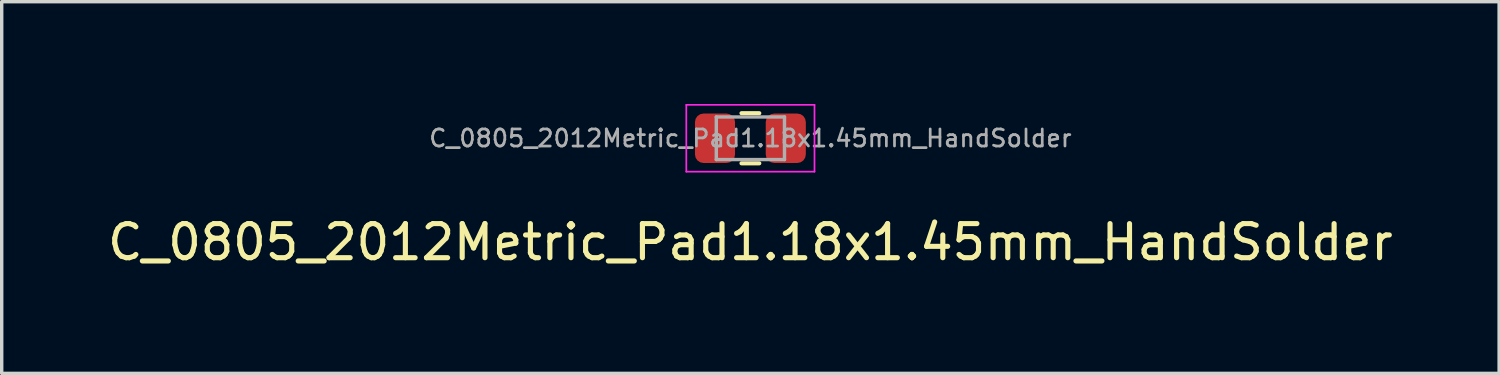
<source format=kicad_pcb>
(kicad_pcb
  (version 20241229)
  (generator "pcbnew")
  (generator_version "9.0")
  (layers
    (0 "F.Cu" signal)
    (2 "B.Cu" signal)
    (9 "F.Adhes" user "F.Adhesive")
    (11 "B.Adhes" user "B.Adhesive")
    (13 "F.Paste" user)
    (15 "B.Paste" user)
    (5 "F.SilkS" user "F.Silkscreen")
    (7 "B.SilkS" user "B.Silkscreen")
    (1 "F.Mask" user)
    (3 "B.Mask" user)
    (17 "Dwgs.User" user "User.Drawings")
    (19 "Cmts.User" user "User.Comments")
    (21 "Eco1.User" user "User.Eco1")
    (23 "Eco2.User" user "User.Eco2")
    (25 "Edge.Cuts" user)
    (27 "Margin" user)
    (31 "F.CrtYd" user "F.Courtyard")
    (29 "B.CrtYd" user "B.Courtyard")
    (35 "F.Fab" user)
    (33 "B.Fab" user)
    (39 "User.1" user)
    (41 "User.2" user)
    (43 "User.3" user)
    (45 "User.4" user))
  (footprint "C_0805_2012Metric_Pad1.18x1.45mm_HandSolder"
    (layer "F.Cu")
    (at 18.958 1.005)
    (property "Reference" "C_0805_2012Metric_Pad1.18x1.45mm_HandSolder" (at 0 3.048 0) (layer "F.SilkS") (effects (font (size 1 1) (thickness 0.15))))
    (attr smd)
    (fp_line (start -0.261 -0.735) (end 0.261 -0.735) (stroke (width 0.12) (type solid)) (layer "F.SilkS"))
    (fp_line (start -0.261 0.735) (end 0.261 0.735) (stroke (width 0.12) (type solid)) (layer "F.SilkS"))
    (fp_line (start -1.88 -0.98) (end 1.88 -0.98) (stroke (width 0.05) (type solid)) (layer "F.CrtYd"))
    (fp_line (start -1.88 0.98) (end -1.88 -0.98) (stroke (width 0.05) (type solid)) (layer "F.CrtYd"))
    (fp_line (start 1.88 -0.98) (end 1.88 0.98) (stroke (width 0.05) (type solid)) (layer "F.CrtYd"))
    (fp_line (start 1.88 0.98) (end -1.88 0.98) (stroke (width 0.05) (type solid)) (layer "F.CrtYd"))
    (fp_line (start -1 -0.625) (end 1 -0.625) (stroke (width 0.1) (type solid)) (layer "F.Fab"))
    (fp_line (start -1 0.625) (end -1 -0.625) (stroke (width 0.1) (type solid)) (layer "F.Fab"))
    (fp_line (start 1 -0.625) (end 1 0.625) (stroke (width 0.1) (type solid)) (layer "F.Fab"))
    (fp_line (start 1 0.625) (end -1 0.625) (stroke (width 0.1) (type solid)) (layer "F.Fab"))
    (fp_text user "${REFERENCE}" (at 0 0 0) (layer "F.Fab") (effects (font (size 0.5 0.5) (thickness 0.08))))
    (pad "1" smd roundrect (at -1.038 0) (size 1.175 1.45) (layers "F.Cu" "F.Mask" "F.Paste") (roundrect_rratio 0.213))
    (pad "2" smd roundrect (at 1.038 0) (size 1.175 1.45) (layers "F.Cu" "F.Mask" "F.Paste") (roundrect_rratio 0.213)))
  (gr_rect
    (start -3 -3)
    (end 40.917 7.901)
    (stroke (width 0.1) (type default))
    (fill no)
    (layer "Edge.Cuts")))
</source>
